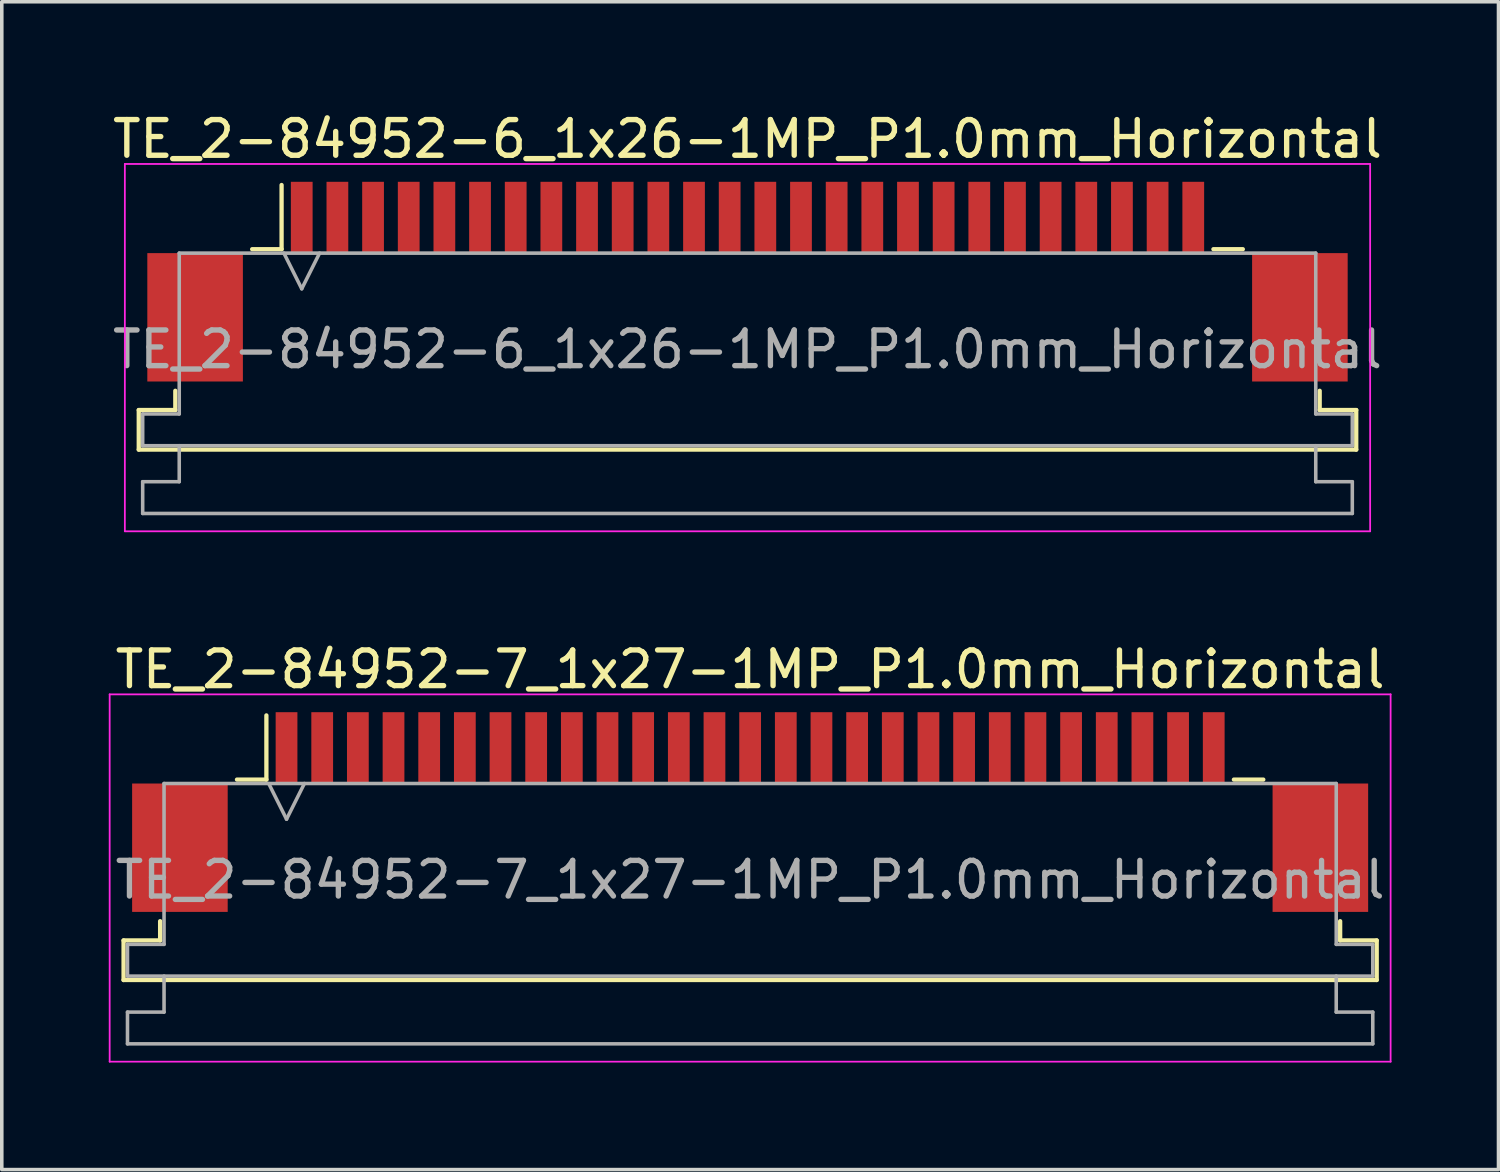
<source format=kicad_pcb>
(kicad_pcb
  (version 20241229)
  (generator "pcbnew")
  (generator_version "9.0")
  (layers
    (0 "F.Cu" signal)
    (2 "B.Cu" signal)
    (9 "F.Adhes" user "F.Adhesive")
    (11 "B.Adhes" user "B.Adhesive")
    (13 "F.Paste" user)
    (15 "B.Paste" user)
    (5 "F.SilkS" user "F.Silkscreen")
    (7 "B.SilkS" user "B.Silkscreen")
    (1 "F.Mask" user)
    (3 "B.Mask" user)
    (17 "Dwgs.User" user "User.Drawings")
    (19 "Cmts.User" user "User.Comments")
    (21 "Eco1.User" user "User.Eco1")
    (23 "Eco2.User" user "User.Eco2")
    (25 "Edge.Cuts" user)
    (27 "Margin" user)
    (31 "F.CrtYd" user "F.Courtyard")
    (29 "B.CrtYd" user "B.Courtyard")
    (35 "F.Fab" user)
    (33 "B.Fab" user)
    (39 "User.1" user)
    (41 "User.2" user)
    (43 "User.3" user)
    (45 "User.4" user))
  (footprint "TE_2-84952-7_1x27-1MP_P1.0mm_Horizontal"
    (layer "F.Cu")
    (at 17.985 19.721)
    (property "Reference" "TE_2-84952-7_1x27-1MP_P1.0mm_Horizontal" (at 0 -4 0) (layer "F.SilkS") (effects (font (size 1 1) (thickness 0.15))))
    (attr smd)
    (fp_line (start -17.57 3.6) (end -16.545 3.6) (stroke (width 0.12) (type solid)) (layer "F.SilkS"))
    (fp_line (start -17.57 4.71) (end -17.57 3.6) (stroke (width 0.12) (type solid)) (layer "F.SilkS"))
    (fp_line (start -16.545 3.6) (end -16.545 3.06) (stroke (width 0.12) (type solid)) (layer "F.SilkS"))
    (fp_line (start -14.39 -0.91) (end -13.565 -0.91) (stroke (width 0.12) (type solid)) (layer "F.SilkS"))
    (fp_line (start -13.565 -0.91) (end -13.565 -2.71) (stroke (width 0.12) (type solid)) (layer "F.SilkS"))
    (fp_line (start 13.565 -0.91) (end 14.39 -0.91) (stroke (width 0.12) (type solid)) (layer "F.SilkS"))
    (fp_line (start 16.545 3.06) (end 16.545 3.6) (stroke (width 0.12) (type solid)) (layer "F.SilkS"))
    (fp_line (start 16.545 3.6) (end 17.57 3.6) (stroke (width 0.12) (type solid)) (layer "F.SilkS"))
    (fp_line (start 17.57 3.6) (end 17.57 4.71) (stroke (width 0.12) (type solid)) (layer "F.SilkS"))
    (fp_line (start 17.57 4.71) (end -17.57 4.71) (stroke (width 0.12) (type solid)) (layer "F.SilkS"))
    (fp_line (start -17.96 -3.3) (end -17.96 7) (stroke (width 0.05) (type solid)) (layer "F.CrtYd"))
    (fp_line (start -17.96 7) (end 17.96 7) (stroke (width 0.05) (type solid)) (layer "F.CrtYd"))
    (fp_line (start 17.96 -3.3) (end -17.96 -3.3) (stroke (width 0.05) (type solid)) (layer "F.CrtYd"))
    (fp_line (start 17.96 7) (end 17.96 -3.3) (stroke (width 0.05) (type solid)) (layer "F.CrtYd"))
    (fp_line (start -17.46 3.71) (end -16.435 3.71) (stroke (width 0.1) (type solid)) (layer "F.Fab"))
    (fp_line (start -17.46 4.6) (end -17.46 3.71) (stroke (width 0.1) (type solid)) (layer "F.Fab"))
    (fp_line (start -17.46 5.61) (end -16.435 5.61) (stroke (width 0.1) (type solid)) (layer "F.Fab"))
    (fp_line (start -17.46 6.5) (end -17.46 5.61) (stroke (width 0.1) (type solid)) (layer "F.Fab"))
    (fp_line (start -16.435 -0.8) (end 16.435 -0.8) (stroke (width 0.1) (type solid)) (layer "F.Fab"))
    (fp_line (start -16.435 3.71) (end -16.435 -0.8) (stroke (width 0.1) (type solid)) (layer "F.Fab"))
    (fp_line (start -16.435 5.61) (end -16.435 4.6) (stroke (width 0.1) (type solid)) (layer "F.Fab"))
    (fp_line (start -13.5 -0.8) (end -13 0.2) (stroke (width 0.1) (type solid)) (layer "F.Fab"))
    (fp_line (start -13 0.2) (end -12.5 -0.8) (stroke (width 0.1) (type solid)) (layer "F.Fab"))
    (fp_line (start 16.435 -0.8) (end 16.435 3.71) (stroke (width 0.1) (type solid)) (layer "F.Fab"))
    (fp_line (start 16.435 3.71) (end 17.46 3.71) (stroke (width 0.1) (type solid)) (layer "F.Fab"))
    (fp_line (start 16.435 4.6) (end 16.435 5.61) (stroke (width 0.1) (type solid)) (layer "F.Fab"))
    (fp_line (start 16.435 5.61) (end 17.46 5.61) (stroke (width 0.1) (type solid)) (layer "F.Fab"))
    (fp_line (start 17.46 3.71) (end 17.46 4.6) (stroke (width 0.1) (type solid)) (layer "F.Fab"))
    (fp_line (start 17.46 4.6) (end -17.46 4.6) (stroke (width 0.1) (type solid)) (layer "F.Fab"))
    (fp_line (start 17.46 5.61) (end 17.46 6.5) (stroke (width 0.1) (type solid)) (layer "F.Fab"))
    (fp_line (start 17.46 6.5) (end -17.46 6.5) (stroke (width 0.1) (type solid)) (layer "F.Fab"))
    (fp_text user "${REFERENCE}" (at 0 1.9 0) (layer "F.Fab") (effects (font (size 1 1) (thickness 0.15))))
    (pad "1" smd rect (at -13 -1.8) (size 0.61 2) (layers "F.Cu" "F.Mask" "F.Paste"))
    (pad "2" smd rect (at -12 -1.8) (size 0.61 2) (layers "F.Cu" "F.Mask" "F.Paste"))
    (pad "3" smd rect (at -11 -1.8) (size 0.61 2) (layers "F.Cu" "F.Mask" "F.Paste"))
    (pad "4" smd rect (at -10 -1.8) (size 0.61 2) (layers "F.Cu" "F.Mask" "F.Paste"))
    (pad "5" smd rect (at -9 -1.8) (size 0.61 2) (layers "F.Cu" "F.Mask" "F.Paste"))
    (pad "6" smd rect (at -8 -1.8) (size 0.61 2) (layers "F.Cu" "F.Mask" "F.Paste"))
    (pad "7" smd rect (at -7 -1.8) (size 0.61 2) (layers "F.Cu" "F.Mask" "F.Paste"))
    (pad "8" smd rect (at -6 -1.8) (size 0.61 2) (layers "F.Cu" "F.Mask" "F.Paste"))
    (pad "9" smd rect (at -5 -1.8) (size 0.61 2) (layers "F.Cu" "F.Mask" "F.Paste"))
    (pad "10" smd rect (at -4 -1.8) (size 0.61 2) (layers "F.Cu" "F.Mask" "F.Paste"))
    (pad "11" smd rect (at -3 -1.8) (size 0.61 2) (layers "F.Cu" "F.Mask" "F.Paste"))
    (pad "12" smd rect (at -2 -1.8) (size 0.61 2) (layers "F.Cu" "F.Mask" "F.Paste"))
    (pad "13" smd rect (at -1 -1.8) (size 0.61 2) (layers "F.Cu" "F.Mask" "F.Paste"))
    (pad "14" smd rect (at 0 -1.8) (size 0.61 2) (layers "F.Cu" "F.Mask" "F.Paste"))
    (pad "15" smd rect (at 1 -1.8) (size 0.61 2) (layers "F.Cu" "F.Mask" "F.Paste"))
    (pad "16" smd rect (at 2 -1.8) (size 0.61 2) (layers "F.Cu" "F.Mask" "F.Paste"))
    (pad "17" smd rect (at 3 -1.8) (size 0.61 2) (layers "F.Cu" "F.Mask" "F.Paste"))
    (pad "18" smd rect (at 4 -1.8) (size 0.61 2) (layers "F.Cu" "F.Mask" "F.Paste"))
    (pad "19" smd rect (at 5 -1.8) (size 0.61 2) (layers "F.Cu" "F.Mask" "F.Paste"))
    (pad "20" smd rect (at 6 -1.8) (size 0.61 2) (layers "F.Cu" "F.Mask" "F.Paste"))
    (pad "21" smd rect (at 7 -1.8) (size 0.61 2) (layers "F.Cu" "F.Mask" "F.Paste"))
    (pad "22" smd rect (at 8 -1.8) (size 0.61 2) (layers "F.Cu" "F.Mask" "F.Paste"))
    (pad "23" smd rect (at 9 -1.8) (size 0.61 2) (layers "F.Cu" "F.Mask" "F.Paste"))
    (pad "24" smd rect (at 10 -1.8) (size 0.61 2) (layers "F.Cu" "F.Mask" "F.Paste"))
    (pad "25" smd rect (at 11 -1.8) (size 0.61 2) (layers "F.Cu" "F.Mask" "F.Paste"))
    (pad "26" smd rect (at 12 -1.8) (size 0.61 2) (layers "F.Cu" "F.Mask" "F.Paste"))
    (pad "27" smd rect (at 13 -1.8) (size 0.61 2) (layers "F.Cu" "F.Mask" "F.Paste"))
    (pad "MP" smd rect (at -15.99 1) (size 2.68 3.6) (layers "F.Cu" "F.Mask" "F.Paste"))
    (pad "MP" smd rect (at 15.99 1) (size 2.68 3.6) (layers "F.Cu" "F.Mask" "F.Paste")))
  (footprint "TE_2-84952-6_1x26-1MP_P1.0mm_Horizontal"
    (layer "F.Cu")
    (at 17.911 4.848)
    (property "Reference" "TE_2-84952-6_1x26-1MP_P1.0mm_Horizontal" (at 0 -4 0) (layer "F.SilkS") (effects (font (size 1 1) (thickness 0.15))))
    (attr smd)
    (fp_line (start -17.07 3.6) (end -16.045 3.6) (stroke (width 0.12) (type solid)) (layer "F.SilkS"))
    (fp_line (start -17.07 4.71) (end -17.07 3.6) (stroke (width 0.12) (type solid)) (layer "F.SilkS"))
    (fp_line (start -16.045 3.6) (end -16.045 3.06) (stroke (width 0.12) (type solid)) (layer "F.SilkS"))
    (fp_line (start -13.89 -0.91) (end -13.065 -0.91) (stroke (width 0.12) (type solid)) (layer "F.SilkS"))
    (fp_line (start -13.065 -0.91) (end -13.065 -2.71) (stroke (width 0.12) (type solid)) (layer "F.SilkS"))
    (fp_line (start 13.065 -0.91) (end 13.89 -0.91) (stroke (width 0.12) (type solid)) (layer "F.SilkS"))
    (fp_line (start 16.045 3.06) (end 16.045 3.6) (stroke (width 0.12) (type solid)) (layer "F.SilkS"))
    (fp_line (start 16.045 3.6) (end 17.07 3.6) (stroke (width 0.12) (type solid)) (layer "F.SilkS"))
    (fp_line (start 17.07 3.6) (end 17.07 4.71) (stroke (width 0.12) (type solid)) (layer "F.SilkS"))
    (fp_line (start 17.07 4.71) (end -17.07 4.71) (stroke (width 0.12) (type solid)) (layer "F.SilkS"))
    (fp_line (start -17.46 -3.3) (end -17.46 7) (stroke (width 0.05) (type solid)) (layer "F.CrtYd"))
    (fp_line (start -17.46 7) (end 17.46 7) (stroke (width 0.05) (type solid)) (layer "F.CrtYd"))
    (fp_line (start 17.46 -3.3) (end -17.46 -3.3) (stroke (width 0.05) (type solid)) (layer "F.CrtYd"))
    (fp_line (start 17.46 7) (end 17.46 -3.3) (stroke (width 0.05) (type solid)) (layer "F.CrtYd"))
    (fp_line (start -16.96 3.71) (end -15.935 3.71) (stroke (width 0.1) (type solid)) (layer "F.Fab"))
    (fp_line (start -16.96 4.6) (end -16.96 3.71) (stroke (width 0.1) (type solid)) (layer "F.Fab"))
    (fp_line (start -16.96 5.61) (end -15.935 5.61) (stroke (width 0.1) (type solid)) (layer "F.Fab"))
    (fp_line (start -16.96 6.5) (end -16.96 5.61) (stroke (width 0.1) (type solid)) (layer "F.Fab"))
    (fp_line (start -15.935 -0.8) (end 15.935 -0.8) (stroke (width 0.1) (type solid)) (layer "F.Fab"))
    (fp_line (start -15.935 3.71) (end -15.935 -0.8) (stroke (width 0.1) (type solid)) (layer "F.Fab"))
    (fp_line (start -15.935 5.61) (end -15.935 4.6) (stroke (width 0.1) (type solid)) (layer "F.Fab"))
    (fp_line (start -13 -0.8) (end -12.5 0.2) (stroke (width 0.1) (type solid)) (layer "F.Fab"))
    (fp_line (start -12.5 0.2) (end -12 -0.8) (stroke (width 0.1) (type solid)) (layer "F.Fab"))
    (fp_line (start 15.935 -0.8) (end 15.935 3.71) (stroke (width 0.1) (type solid)) (layer "F.Fab"))
    (fp_line (start 15.935 3.71) (end 16.96 3.71) (stroke (width 0.1) (type solid)) (layer "F.Fab"))
    (fp_line (start 15.935 4.6) (end 15.935 5.61) (stroke (width 0.1) (type solid)) (layer "F.Fab"))
    (fp_line (start 15.935 5.61) (end 16.96 5.61) (stroke (width 0.1) (type solid)) (layer "F.Fab"))
    (fp_line (start 16.96 3.71) (end 16.96 4.6) (stroke (width 0.1) (type solid)) (layer "F.Fab"))
    (fp_line (start 16.96 4.6) (end -16.96 4.6) (stroke (width 0.1) (type solid)) (layer "F.Fab"))
    (fp_line (start 16.96 5.61) (end 16.96 6.5) (stroke (width 0.1) (type solid)) (layer "F.Fab"))
    (fp_line (start 16.96 6.5) (end -16.96 6.5) (stroke (width 0.1) (type solid)) (layer "F.Fab"))
    (fp_text user "${REFERENCE}" (at 0 1.9 0) (layer "F.Fab") (effects (font (size 1 1) (thickness 0.15))))
    (pad "1" smd rect (at -12.5 -1.8) (size 0.61 2) (layers "F.Cu" "F.Mask" "F.Paste"))
    (pad "2" smd rect (at -11.5 -1.8) (size 0.61 2) (layers "F.Cu" "F.Mask" "F.Paste"))
    (pad "3" smd rect (at -10.5 -1.8) (size 0.61 2) (layers "F.Cu" "F.Mask" "F.Paste"))
    (pad "4" smd rect (at -9.5 -1.8) (size 0.61 2) (layers "F.Cu" "F.Mask" "F.Paste"))
    (pad "5" smd rect (at -8.5 -1.8) (size 0.61 2) (layers "F.Cu" "F.Mask" "F.Paste"))
    (pad "6" smd rect (at -7.5 -1.8) (size 0.61 2) (layers "F.Cu" "F.Mask" "F.Paste"))
    (pad "7" smd rect (at -6.5 -1.8) (size 0.61 2) (layers "F.Cu" "F.Mask" "F.Paste"))
    (pad "8" smd rect (at -5.5 -1.8) (size 0.61 2) (layers "F.Cu" "F.Mask" "F.Paste"))
    (pad "9" smd rect (at -4.5 -1.8) (size 0.61 2) (layers "F.Cu" "F.Mask" "F.Paste"))
    (pad "10" smd rect (at -3.5 -1.8) (size 0.61 2) (layers "F.Cu" "F.Mask" "F.Paste"))
    (pad "11" smd rect (at -2.5 -1.8) (size 0.61 2) (layers "F.Cu" "F.Mask" "F.Paste"))
    (pad "12" smd rect (at -1.5 -1.8) (size 0.61 2) (layers "F.Cu" "F.Mask" "F.Paste"))
    (pad "13" smd rect (at -0.5 -1.8) (size 0.61 2) (layers "F.Cu" "F.Mask" "F.Paste"))
    (pad "14" smd rect (at 0.5 -1.8) (size 0.61 2) (layers "F.Cu" "F.Mask" "F.Paste"))
    (pad "15" smd rect (at 1.5 -1.8) (size 0.61 2) (layers "F.Cu" "F.Mask" "F.Paste"))
    (pad "16" smd rect (at 2.5 -1.8) (size 0.61 2) (layers "F.Cu" "F.Mask" "F.Paste"))
    (pad "17" smd rect (at 3.5 -1.8) (size 0.61 2) (layers "F.Cu" "F.Mask" "F.Paste"))
    (pad "18" smd rect (at 4.5 -1.8) (size 0.61 2) (layers "F.Cu" "F.Mask" "F.Paste"))
    (pad "19" smd rect (at 5.5 -1.8) (size 0.61 2) (layers "F.Cu" "F.Mask" "F.Paste"))
    (pad "20" smd rect (at 6.5 -1.8) (size 0.61 2) (layers "F.Cu" "F.Mask" "F.Paste"))
    (pad "21" smd rect (at 7.5 -1.8) (size 0.61 2) (layers "F.Cu" "F.Mask" "F.Paste"))
    (pad "22" smd rect (at 8.5 -1.8) (size 0.61 2) (layers "F.Cu" "F.Mask" "F.Paste"))
    (pad "23" smd rect (at 9.5 -1.8) (size 0.61 2) (layers "F.Cu" "F.Mask" "F.Paste"))
    (pad "24" smd rect (at 10.5 -1.8) (size 0.61 2) (layers "F.Cu" "F.Mask" "F.Paste"))
    (pad "25" smd rect (at 11.5 -1.8) (size 0.61 2) (layers "F.Cu" "F.Mask" "F.Paste"))
    (pad "26" smd rect (at 12.5 -1.8) (size 0.61 2) (layers "F.Cu" "F.Mask" "F.Paste"))
    (pad "MP" smd rect (at -15.49 1) (size 2.68 3.6) (layers "F.Cu" "F.Mask" "F.Paste"))
    (pad "MP" smd rect (at 15.49 1) (size 2.68 3.6) (layers "F.Cu" "F.Mask" "F.Paste")))
  (gr_rect
    (start -3 -3)
    (end 38.97 29.747)
    (stroke (width 0.1) (type default))
    (fill no)
    (layer "Edge.Cuts")))
</source>
